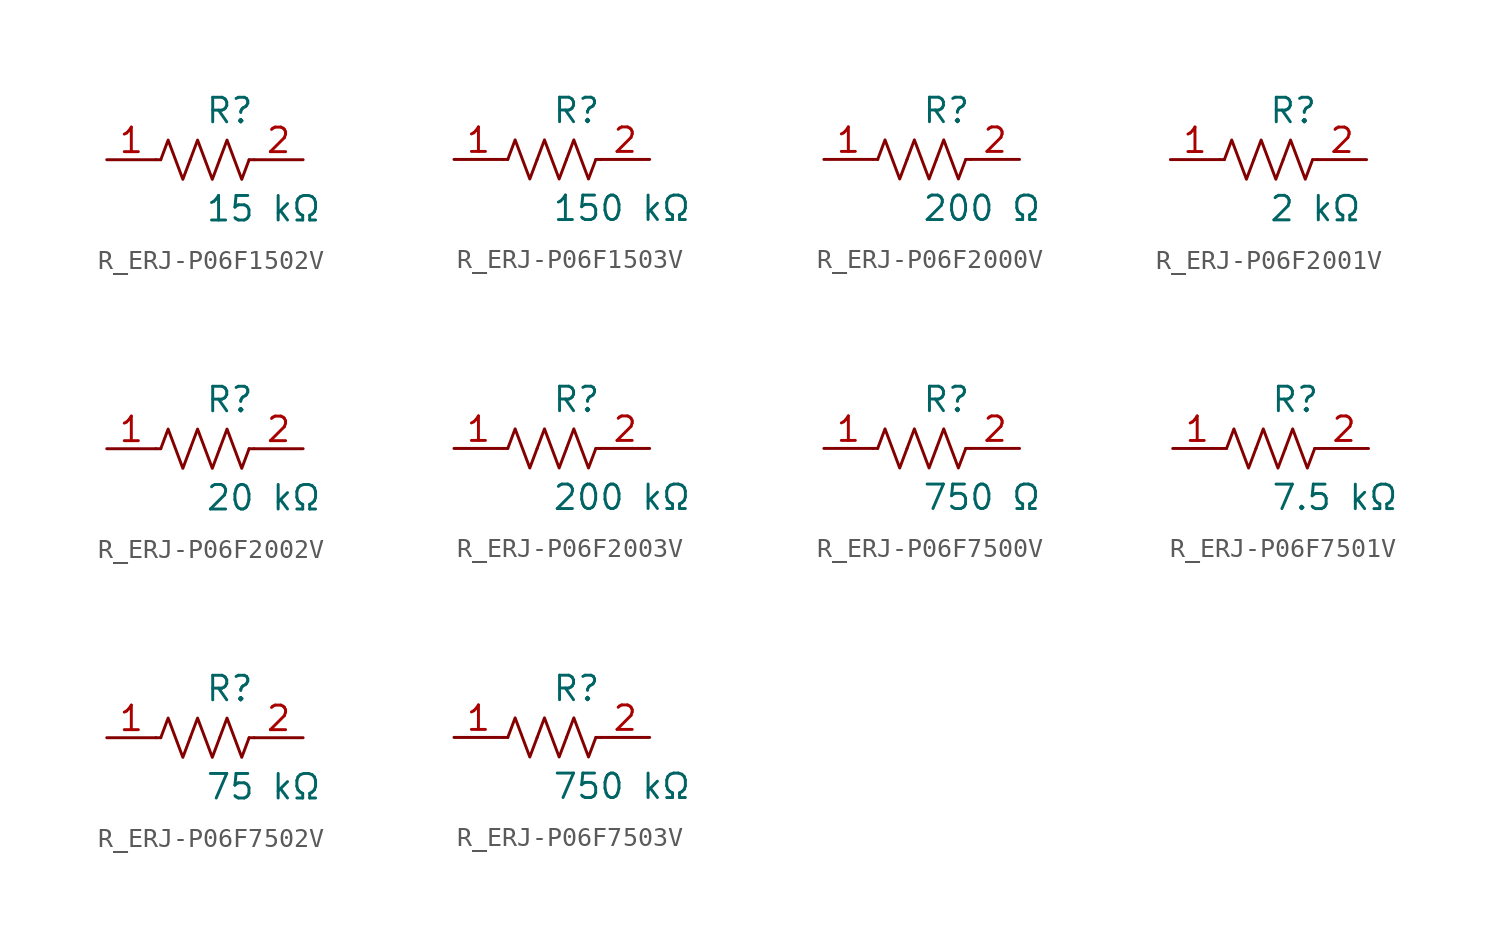
<source format=kicad_sym>
(kicad_symbol_lib
  (version 20231120)
  (generator kicad_symbol_editor)
  (generator_version 8.0)
  (symbol "R_ERJ-P06F1502V"
    (pin_names
      (offset 0.254))
    (property "Reference" "R"
      (at 0.0 2.54 0)
      (effects (font (size 1.27 1.27)) (justify left)))
    (property "Value" "15 kΩ"
      (at 0.0 -2.54 0)
      (effects (font (size 1.27 1.27)) (justify left)))
    (symbol "R_ERJ-P06F1502V_0_1"
      (polyline (pts (xy 2.286 0) (xy 2.54 0)) (stroke (width 0) (type default)) (fill (type none)))
      (polyline (pts (xy -2.286 0) (xy -2.54 0)) (stroke (width 0) (type default)) (fill (type none)))
      (polyline (pts (xy 0.762 0) (xy 1.143 1.016) (xy 1.524 0) (xy 1.905 -1.016) (xy 2.286 0)) (stroke (width 0) (type default)) (fill (type none)))
      (polyline (pts (xy -0.762 0) (xy -0.381 1.016) (xy 0 0) (xy 0.381 -1.016) (xy 0.762 0)) (stroke (width 0) (type default)) (fill (type none)))
      (polyline (pts (xy -2.286 0) (xy -1.905 1.016) (xy -1.524 0) (xy -1.143 -1.016) (xy -0.762 0)) (stroke (width 0) (type default)) (fill (type none))))
    (pin unspecified line
      (at -5.08 0 0)
      (length 2.54)
      (name "" (effects (font (size 1.27 1.27))))
      (number "1" (effects (font (size 1.27 1.27)))))
    (pin unspecified line
      (at 5.08 0 180)
      (length 2.54)
      (name "" (effects (font (size 1.27 1.27))))
      (number "2" (effects (font (size 1.27 1.27))))))
  (symbol "R_ERJ-P06F1503V"
    (pin_names
      (offset 0.254))
    (property "Reference" "R"
      (at 0.0 2.54 0)
      (effects (font (size 1.27 1.27)) (justify left)))
    (property "Value" "150 kΩ"
      (at 0.0 -2.54 0)
      (effects (font (size 1.27 1.27)) (justify left)))
    (symbol "R_ERJ-P06F1503V_0_1"
      (polyline (pts (xy 2.286 0) (xy 2.54 0)) (stroke (width 0) (type default)) (fill (type none)))
      (polyline (pts (xy -2.286 0) (xy -2.54 0)) (stroke (width 0) (type default)) (fill (type none)))
      (polyline (pts (xy 0.762 0) (xy 1.143 1.016) (xy 1.524 0) (xy 1.905 -1.016) (xy 2.286 0)) (stroke (width 0) (type default)) (fill (type none)))
      (polyline (pts (xy -0.762 0) (xy -0.381 1.016) (xy 0 0) (xy 0.381 -1.016) (xy 0.762 0)) (stroke (width 0) (type default)) (fill (type none)))
      (polyline (pts (xy -2.286 0) (xy -1.905 1.016) (xy -1.524 0) (xy -1.143 -1.016) (xy -0.762 0)) (stroke (width 0) (type default)) (fill (type none))))
    (pin unspecified line
      (at -5.08 0 0)
      (length 2.54)
      (name "" (effects (font (size 1.27 1.27))))
      (number "1" (effects (font (size 1.27 1.27)))))
    (pin unspecified line
      (at 5.08 0 180)
      (length 2.54)
      (name "" (effects (font (size 1.27 1.27))))
      (number "2" (effects (font (size 1.27 1.27))))))
  (symbol "R_ERJ-P06F2000V"
    (pin_names
      (offset 0.254))
    (property "Reference" "R"
      (at 0.0 2.54 0)
      (effects (font (size 1.27 1.27)) (justify left)))
    (property "Value" "200 Ω"
      (at 0.0 -2.54 0)
      (effects (font (size 1.27 1.27)) (justify left)))
    (symbol "R_ERJ-P06F2000V_0_1"
      (polyline (pts (xy 2.286 0) (xy 2.54 0)) (stroke (width 0) (type default)) (fill (type none)))
      (polyline (pts (xy -2.286 0) (xy -2.54 0)) (stroke (width 0) (type default)) (fill (type none)))
      (polyline (pts (xy 0.762 0) (xy 1.143 1.016) (xy 1.524 0) (xy 1.905 -1.016) (xy 2.286 0)) (stroke (width 0) (type default)) (fill (type none)))
      (polyline (pts (xy -0.762 0) (xy -0.381 1.016) (xy 0 0) (xy 0.381 -1.016) (xy 0.762 0)) (stroke (width 0) (type default)) (fill (type none)))
      (polyline (pts (xy -2.286 0) (xy -1.905 1.016) (xy -1.524 0) (xy -1.143 -1.016) (xy -0.762 0)) (stroke (width 0) (type default)) (fill (type none))))
    (pin unspecified line
      (at -5.08 0 0)
      (length 2.54)
      (name "" (effects (font (size 1.27 1.27))))
      (number "1" (effects (font (size 1.27 1.27)))))
    (pin unspecified line
      (at 5.08 0 180)
      (length 2.54)
      (name "" (effects (font (size 1.27 1.27))))
      (number "2" (effects (font (size 1.27 1.27))))))
  (symbol "R_ERJ-P06F2001V"
    (pin_names
      (offset 0.254))
    (property "Reference" "R"
      (at 0.0 2.54 0)
      (effects (font (size 1.27 1.27)) (justify left)))
    (property "Value" "2 kΩ"
      (at 0.0 -2.54 0)
      (effects (font (size 1.27 1.27)) (justify left)))
    (symbol "R_ERJ-P06F2001V_0_1"
      (polyline (pts (xy 2.286 0) (xy 2.54 0)) (stroke (width 0) (type default)) (fill (type none)))
      (polyline (pts (xy -2.286 0) (xy -2.54 0)) (stroke (width 0) (type default)) (fill (type none)))
      (polyline (pts (xy 0.762 0) (xy 1.143 1.016) (xy 1.524 0) (xy 1.905 -1.016) (xy 2.286 0)) (stroke (width 0) (type default)) (fill (type none)))
      (polyline (pts (xy -0.762 0) (xy -0.381 1.016) (xy 0 0) (xy 0.381 -1.016) (xy 0.762 0)) (stroke (width 0) (type default)) (fill (type none)))
      (polyline (pts (xy -2.286 0) (xy -1.905 1.016) (xy -1.524 0) (xy -1.143 -1.016) (xy -0.762 0)) (stroke (width 0) (type default)) (fill (type none))))
    (pin unspecified line
      (at -5.08 0 0)
      (length 2.54)
      (name "" (effects (font (size 1.27 1.27))))
      (number "1" (effects (font (size 1.27 1.27)))))
    (pin unspecified line
      (at 5.08 0 180)
      (length 2.54)
      (name "" (effects (font (size 1.27 1.27))))
      (number "2" (effects (font (size 1.27 1.27))))))
  (symbol "R_ERJ-P06F2002V"
    (pin_names
      (offset 0.254))
    (property "Reference" "R"
      (at 0.0 2.54 0)
      (effects (font (size 1.27 1.27)) (justify left)))
    (property "Value" "20 kΩ"
      (at 0.0 -2.54 0)
      (effects (font (size 1.27 1.27)) (justify left)))
    (symbol "R_ERJ-P06F2002V_0_1"
      (polyline (pts (xy 2.286 0) (xy 2.54 0)) (stroke (width 0) (type default)) (fill (type none)))
      (polyline (pts (xy -2.286 0) (xy -2.54 0)) (stroke (width 0) (type default)) (fill (type none)))
      (polyline (pts (xy 0.762 0) (xy 1.143 1.016) (xy 1.524 0) (xy 1.905 -1.016) (xy 2.286 0)) (stroke (width 0) (type default)) (fill (type none)))
      (polyline (pts (xy -0.762 0) (xy -0.381 1.016) (xy 0 0) (xy 0.381 -1.016) (xy 0.762 0)) (stroke (width 0) (type default)) (fill (type none)))
      (polyline (pts (xy -2.286 0) (xy -1.905 1.016) (xy -1.524 0) (xy -1.143 -1.016) (xy -0.762 0)) (stroke (width 0) (type default)) (fill (type none))))
    (pin unspecified line
      (at -5.08 0 0)
      (length 2.54)
      (name "" (effects (font (size 1.27 1.27))))
      (number "1" (effects (font (size 1.27 1.27)))))
    (pin unspecified line
      (at 5.08 0 180)
      (length 2.54)
      (name "" (effects (font (size 1.27 1.27))))
      (number "2" (effects (font (size 1.27 1.27))))))
  (symbol "R_ERJ-P06F2003V"
    (pin_names
      (offset 0.254))
    (property "Reference" "R"
      (at 0.0 2.54 0)
      (effects (font (size 1.27 1.27)) (justify left)))
    (property "Value" "200 kΩ"
      (at 0.0 -2.54 0)
      (effects (font (size 1.27 1.27)) (justify left)))
    (symbol "R_ERJ-P06F2003V_0_1"
      (polyline (pts (xy 2.286 0) (xy 2.54 0)) (stroke (width 0) (type default)) (fill (type none)))
      (polyline (pts (xy -2.286 0) (xy -2.54 0)) (stroke (width 0) (type default)) (fill (type none)))
      (polyline (pts (xy 0.762 0) (xy 1.143 1.016) (xy 1.524 0) (xy 1.905 -1.016) (xy 2.286 0)) (stroke (width 0) (type default)) (fill (type none)))
      (polyline (pts (xy -0.762 0) (xy -0.381 1.016) (xy 0 0) (xy 0.381 -1.016) (xy 0.762 0)) (stroke (width 0) (type default)) (fill (type none)))
      (polyline (pts (xy -2.286 0) (xy -1.905 1.016) (xy -1.524 0) (xy -1.143 -1.016) (xy -0.762 0)) (stroke (width 0) (type default)) (fill (type none))))
    (pin unspecified line
      (at -5.08 0 0)
      (length 2.54)
      (name "" (effects (font (size 1.27 1.27))))
      (number "1" (effects (font (size 1.27 1.27)))))
    (pin unspecified line
      (at 5.08 0 180)
      (length 2.54)
      (name "" (effects (font (size 1.27 1.27))))
      (number "2" (effects (font (size 1.27 1.27))))))
  (symbol "R_ERJ-P06F7500V"
    (pin_names
      (offset 0.254))
    (property "Reference" "R"
      (at 0.0 2.54 0)
      (effects (font (size 1.27 1.27)) (justify left)))
    (property "Value" "750 Ω"
      (at 0.0 -2.54 0)
      (effects (font (size 1.27 1.27)) (justify left)))
    (symbol "R_ERJ-P06F7500V_0_1"
      (polyline (pts (xy 2.286 0) (xy 2.54 0)) (stroke (width 0) (type default)) (fill (type none)))
      (polyline (pts (xy -2.286 0) (xy -2.54 0)) (stroke (width 0) (type default)) (fill (type none)))
      (polyline (pts (xy 0.762 0) (xy 1.143 1.016) (xy 1.524 0) (xy 1.905 -1.016) (xy 2.286 0)) (stroke (width 0) (type default)) (fill (type none)))
      (polyline (pts (xy -0.762 0) (xy -0.381 1.016) (xy 0 0) (xy 0.381 -1.016) (xy 0.762 0)) (stroke (width 0) (type default)) (fill (type none)))
      (polyline (pts (xy -2.286 0) (xy -1.905 1.016) (xy -1.524 0) (xy -1.143 -1.016) (xy -0.762 0)) (stroke (width 0) (type default)) (fill (type none))))
    (pin unspecified line
      (at -5.08 0 0)
      (length 2.54)
      (name "" (effects (font (size 1.27 1.27))))
      (number "1" (effects (font (size 1.27 1.27)))))
    (pin unspecified line
      (at 5.08 0 180)
      (length 2.54)
      (name "" (effects (font (size 1.27 1.27))))
      (number "2" (effects (font (size 1.27 1.27))))))
  (symbol "R_ERJ-P06F7501V"
    (pin_names
      (offset 0.254))
    (property "Reference" "R"
      (at 0.0 2.54 0)
      (effects (font (size 1.27 1.27)) (justify left)))
    (property "Value" "7.5 kΩ"
      (at 0.0 -2.54 0)
      (effects (font (size 1.27 1.27)) (justify left)))
    (symbol "R_ERJ-P06F7501V_0_1"
      (polyline (pts (xy 2.286 0) (xy 2.54 0)) (stroke (width 0) (type default)) (fill (type none)))
      (polyline (pts (xy -2.286 0) (xy -2.54 0)) (stroke (width 0) (type default)) (fill (type none)))
      (polyline (pts (xy 0.762 0) (xy 1.143 1.016) (xy 1.524 0) (xy 1.905 -1.016) (xy 2.286 0)) (stroke (width 0) (type default)) (fill (type none)))
      (polyline (pts (xy -0.762 0) (xy -0.381 1.016) (xy 0 0) (xy 0.381 -1.016) (xy 0.762 0)) (stroke (width 0) (type default)) (fill (type none)))
      (polyline (pts (xy -2.286 0) (xy -1.905 1.016) (xy -1.524 0) (xy -1.143 -1.016) (xy -0.762 0)) (stroke (width 0) (type default)) (fill (type none))))
    (pin unspecified line
      (at -5.08 0 0)
      (length 2.54)
      (name "" (effects (font (size 1.27 1.27))))
      (number "1" (effects (font (size 1.27 1.27)))))
    (pin unspecified line
      (at 5.08 0 180)
      (length 2.54)
      (name "" (effects (font (size 1.27 1.27))))
      (number "2" (effects (font (size 1.27 1.27))))))
  (symbol "R_ERJ-P06F7502V"
    (pin_names
      (offset 0.254))
    (property "Reference" "R"
      (at 0.0 2.54 0)
      (effects (font (size 1.27 1.27)) (justify left)))
    (property "Value" "75 kΩ"
      (at 0.0 -2.54 0)
      (effects (font (size 1.27 1.27)) (justify left)))
    (symbol "R_ERJ-P06F7502V_0_1"
      (polyline (pts (xy 2.286 0) (xy 2.54 0)) (stroke (width 0) (type default)) (fill (type none)))
      (polyline (pts (xy -2.286 0) (xy -2.54 0)) (stroke (width 0) (type default)) (fill (type none)))
      (polyline (pts (xy 0.762 0) (xy 1.143 1.016) (xy 1.524 0) (xy 1.905 -1.016) (xy 2.286 0)) (stroke (width 0) (type default)) (fill (type none)))
      (polyline (pts (xy -0.762 0) (xy -0.381 1.016) (xy 0 0) (xy 0.381 -1.016) (xy 0.762 0)) (stroke (width 0) (type default)) (fill (type none)))
      (polyline (pts (xy -2.286 0) (xy -1.905 1.016) (xy -1.524 0) (xy -1.143 -1.016) (xy -0.762 0)) (stroke (width 0) (type default)) (fill (type none))))
    (pin unspecified line
      (at -5.08 0 0)
      (length 2.54)
      (name "" (effects (font (size 1.27 1.27))))
      (number "1" (effects (font (size 1.27 1.27)))))
    (pin unspecified line
      (at 5.08 0 180)
      (length 2.54)
      (name "" (effects (font (size 1.27 1.27))))
      (number "2" (effects (font (size 1.27 1.27))))))
  (symbol "R_ERJ-P06F7503V"
    (pin_names
      (offset 0.254))
    (property "Reference" "R"
      (at 0.0 2.54 0)
      (effects (font (size 1.27 1.27)) (justify left)))
    (property "Value" "750 kΩ"
      (at 0.0 -2.54 0)
      (effects (font (size 1.27 1.27)) (justify left)))
    (symbol "R_ERJ-P06F7503V_0_1"
      (polyline (pts (xy 2.286 0) (xy 2.54 0)) (stroke (width 0) (type default)) (fill (type none)))
      (polyline (pts (xy -2.286 0) (xy -2.54 0)) (stroke (width 0) (type default)) (fill (type none)))
      (polyline (pts (xy 0.762 0) (xy 1.143 1.016) (xy 1.524 0) (xy 1.905 -1.016) (xy 2.286 0)) (stroke (width 0) (type default)) (fill (type none)))
      (polyline (pts (xy -0.762 0) (xy -0.381 1.016) (xy 0 0) (xy 0.381 -1.016) (xy 0.762 0)) (stroke (width 0) (type default)) (fill (type none)))
      (polyline (pts (xy -2.286 0) (xy -1.905 1.016) (xy -1.524 0) (xy -1.143 -1.016) (xy -0.762 0)) (stroke (width 0) (type default)) (fill (type none))))
    (pin unspecified line
      (at -5.08 0 0)
      (length 2.54)
      (name "" (effects (font (size 1.27 1.27))))
      (number "1" (effects (font (size 1.27 1.27)))))
    (pin unspecified line
      (at 5.08 0 180)
      (length 2.54)
      (name "" (effects (font (size 1.27 1.27))))
      (number "2" (effects (font (size 1.27 1.27)))))))
</source>
